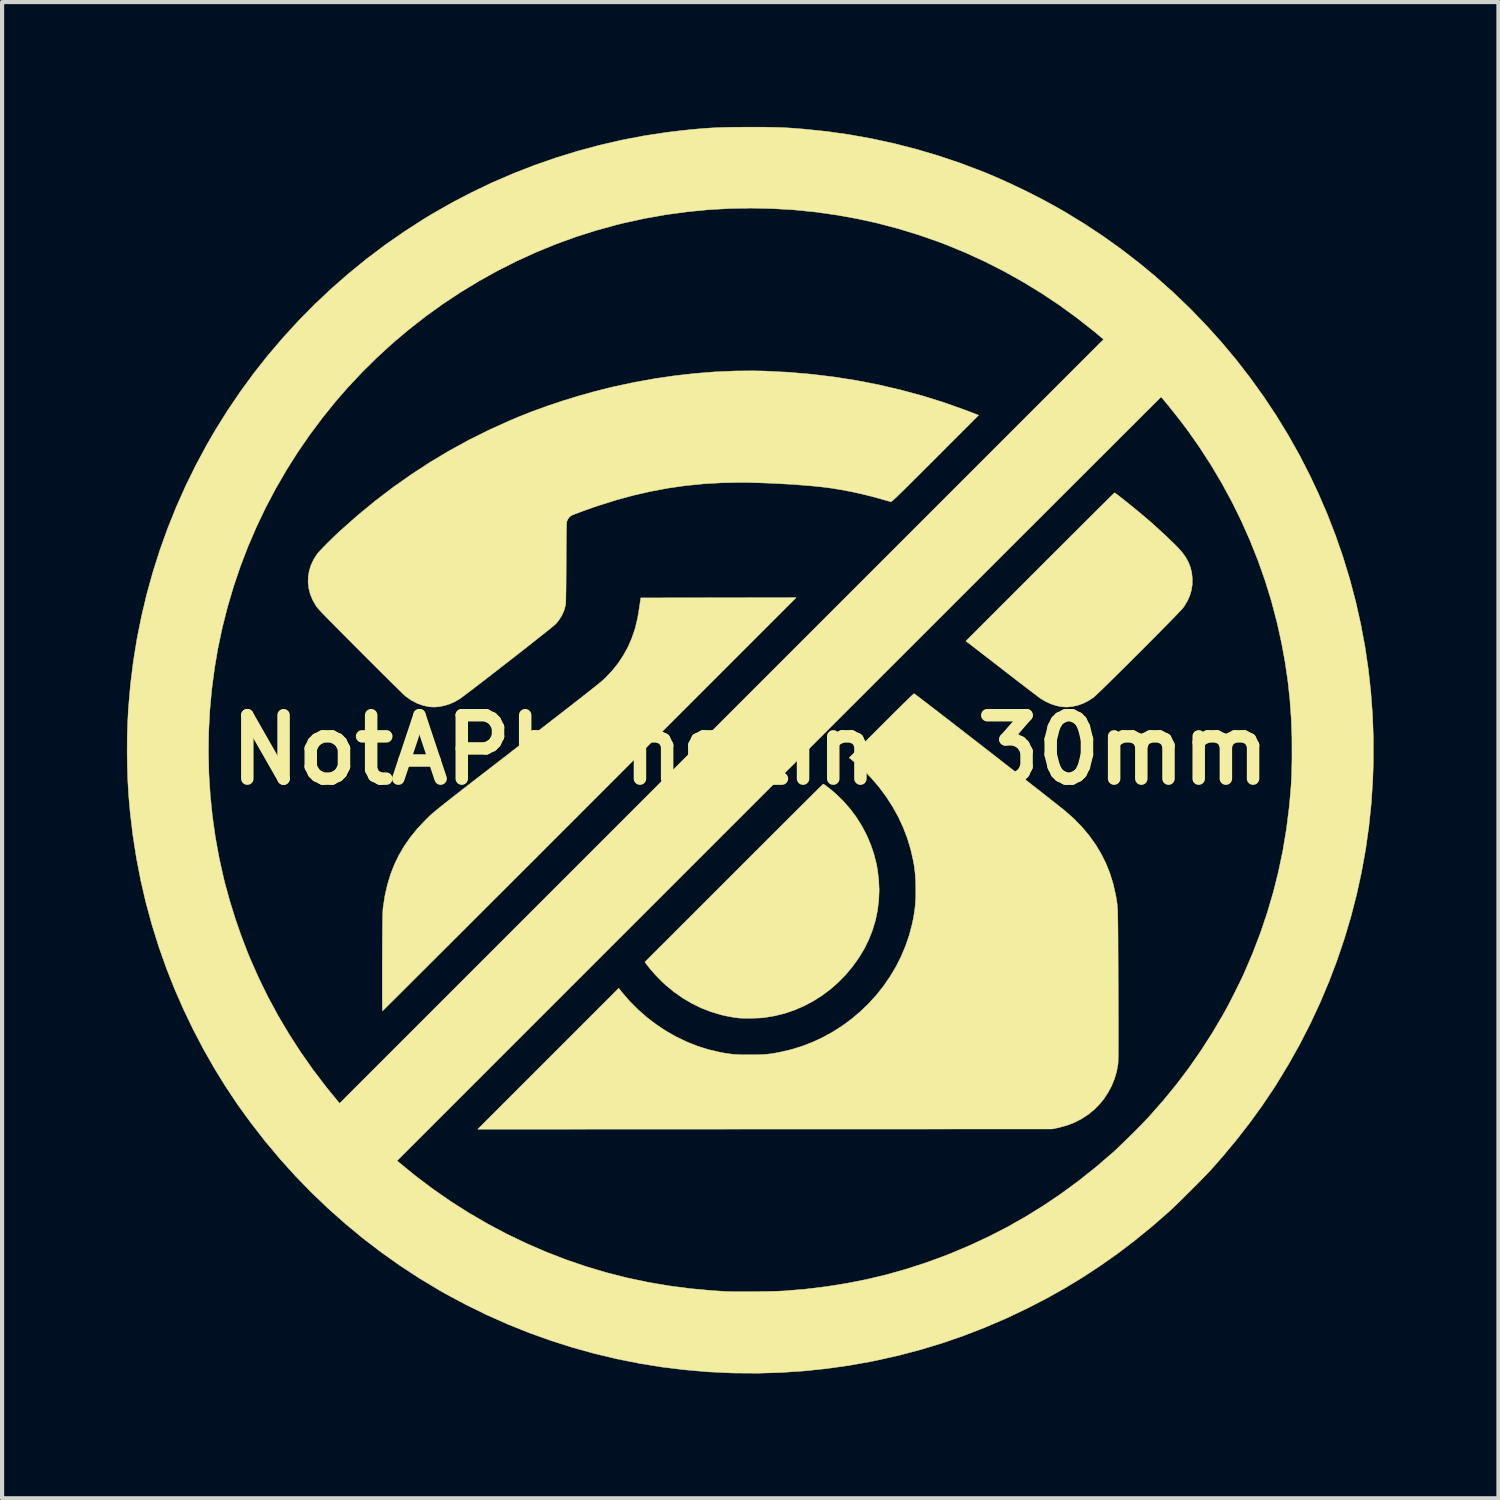
<source format=kicad_pcb>
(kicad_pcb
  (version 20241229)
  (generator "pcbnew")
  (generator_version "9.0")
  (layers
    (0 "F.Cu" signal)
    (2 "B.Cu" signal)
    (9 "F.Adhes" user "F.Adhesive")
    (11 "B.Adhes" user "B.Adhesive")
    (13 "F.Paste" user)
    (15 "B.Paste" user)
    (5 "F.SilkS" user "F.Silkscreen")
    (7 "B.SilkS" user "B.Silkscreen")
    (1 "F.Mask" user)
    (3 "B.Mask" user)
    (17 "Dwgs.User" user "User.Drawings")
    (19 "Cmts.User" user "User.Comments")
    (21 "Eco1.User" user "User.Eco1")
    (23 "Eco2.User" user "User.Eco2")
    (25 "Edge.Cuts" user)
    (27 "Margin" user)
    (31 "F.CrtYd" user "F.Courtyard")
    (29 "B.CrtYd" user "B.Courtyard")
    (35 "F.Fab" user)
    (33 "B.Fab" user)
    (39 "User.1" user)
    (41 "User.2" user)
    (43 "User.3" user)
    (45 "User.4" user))
  (footprint "NotAPhoneLine_30mm"
    (layer "F.Cu")
    (at 14.976 14.97)
    (property "Reference" "NotAPhoneLine_30mm" (at 0 0 0) (layer "F.SilkS") (effects (font (size 1.524 1.524) (thickness 0.3))))
    (attr through_hole)
    (fp_poly (pts (xy 1.769 0.825) (xy 1.795 0.843) (xy 1.832 0.87) (xy 1.875 0.904) (xy 1.924 0.942) (xy 1.974 0.983) (xy 2.023 1.025) (xy 2.066 1.063) (xy 2.243 1.235) (xy 2.405 1.421) (xy 2.553 1.619) (xy 2.684 1.829) (xy 2.799 2.048) (xy 2.896 2.275) (xy 2.975 2.509) (xy 3.035 2.747) (xy 3.057 2.868) (xy 3.088 3.119) (xy 3.099 3.368) (xy 3.089 3.613) (xy 3.059 3.856) (xy 3.01 4.093) (xy 2.94 4.326) (xy 2.851 4.553) (xy 2.743 4.773) (xy 2.615 4.987) (xy 2.608 4.997) (xy 2.457 5.208) (xy 2.292 5.404) (xy 2.114 5.586) (xy 1.925 5.752) (xy 1.724 5.902) (xy 1.514 6.035) (xy 1.295 6.151) (xy 1.068 6.249) (xy 0.834 6.329) (xy 0.593 6.389) (xy 0.348 6.43) (xy 0.326 6.433) (xy 0.273 6.438) (xy 0.204 6.441) (xy 0.125 6.444) (xy 0.04 6.446) (xy -0.045 6.447) (xy -0.127 6.447) (xy -0.199 6.445) (xy -0.258 6.443) (xy -0.275 6.441) (xy -0.332 6.434) (xy -0.403 6.424) (xy -0.482 6.41) (xy -0.562 6.395) (xy -0.637 6.379) (xy -0.693 6.366) (xy -0.937 6.293) (xy -1.173 6.202) (xy -1.401 6.091) (xy -1.62 5.962) (xy -1.829 5.815) (xy -2.029 5.651) (xy -2.134 5.553) (xy -2.281 5.401) (xy -2.411 5.252) (xy -2.476 5.169) (xy -2.531 5.096) (xy -0.392 2.958) (xy -0.216 2.782) (xy -0.043 2.609) (xy 0.125 2.441) (xy 0.288 2.279) (xy 0.445 2.121) (xy 0.597 1.97) (xy 0.742 1.825) (xy 0.879 1.688) (xy 1.009 1.559) (xy 1.13 1.438) (xy 1.243 1.326) (xy 1.346 1.224) (xy 1.438 1.132) (xy 1.52 1.05) (xy 1.591 0.98) (xy 1.65 0.922) (xy 1.697 0.876) (xy 1.73 0.843) (xy 1.75 0.824) (xy 1.755 0.819) (xy 1.769 0.825)) (stroke (width 0.01) (type solid)) (fill yes) (layer "F.SilkS"))
    (fp_poly (pts (xy 8.766 -6.172) (xy 8.793 -6.154) (xy 8.832 -6.125) (xy 8.882 -6.087) (xy 8.941 -6.04) (xy 9.008 -5.987) (xy 9.08 -5.929) (xy 9.156 -5.868) (xy 9.235 -5.804) (xy 9.314 -5.738) (xy 9.392 -5.674) (xy 9.467 -5.61) (xy 9.538 -5.55) (xy 9.603 -5.495) (xy 9.66 -5.445) (xy 9.668 -5.438) (xy 9.738 -5.374) (xy 9.815 -5.304) (xy 9.895 -5.23) (xy 9.976 -5.155) (xy 10.054 -5.081) (xy 10.127 -5.011) (xy 10.192 -4.948) (xy 10.247 -4.894) (xy 10.28 -4.86) (xy 10.384 -4.742) (xy 10.468 -4.625) (xy 10.533 -4.505) (xy 10.58 -4.382) (xy 10.61 -4.252) (xy 10.624 -4.118) (xy 10.622 -3.975) (xy 10.601 -3.839) (xy 10.563 -3.708) (xy 10.505 -3.579) (xy 10.428 -3.451) (xy 10.411 -3.427) (xy 10.395 -3.408) (xy 10.366 -3.375) (xy 10.323 -3.33) (xy 10.269 -3.273) (xy 10.205 -3.206) (xy 10.131 -3.13) (xy 10.049 -3.046) (xy 9.959 -2.955) (xy 9.863 -2.857) (xy 9.761 -2.754) (xy 9.656 -2.648) (xy 9.547 -2.539) (xy 9.436 -2.427) (xy 9.324 -2.315) (xy 9.212 -2.204) (xy 9.102 -2.093) (xy 8.993 -1.985) (xy 8.887 -1.881) (xy 8.786 -1.78) (xy 8.69 -1.686) (xy 8.601 -1.598) (xy 8.519 -1.518) (xy 8.445 -1.446) (xy 8.381 -1.385) (xy 8.327 -1.334) (xy 8.285 -1.295) (xy 8.256 -1.269) (xy 8.245 -1.26) (xy 8.127 -1.182) (xy 8.001 -1.119) (xy 7.871 -1.072) (xy 7.739 -1.042) (xy 7.608 -1.03) (xy 7.481 -1.037) (xy 7.48 -1.038) (xy 7.356 -1.063) (xy 7.23 -1.104) (xy 7.108 -1.159) (xy 6.997 -1.224) (xy 6.997 -1.224) (xy 6.977 -1.237) (xy 6.952 -1.255) (xy 6.921 -1.278) (xy 6.883 -1.307) (xy 6.837 -1.342) (xy 6.782 -1.383) (xy 6.717 -1.433) (xy 6.642 -1.49) (xy 6.556 -1.556) (xy 6.458 -1.631) (xy 6.348 -1.716) (xy 6.224 -1.812) (xy 6.085 -1.919) (xy 5.932 -2.038) (xy 5.834 -2.113) (xy 5.183 -2.617) (xy 6.964 -4.398) (xy 7.124 -4.559) (xy 7.281 -4.715) (xy 7.434 -4.867) (xy 7.581 -5.014) (xy 7.722 -5.156) (xy 7.858 -5.29) (xy 7.986 -5.418) (xy 8.106 -5.538) (xy 8.219 -5.65) (xy 8.322 -5.753) (xy 8.416 -5.846) (xy 8.5 -5.929) (xy 8.573 -6.002) (xy 8.634 -6.063) (xy 8.684 -6.111) (xy 8.721 -6.147) (xy 8.744 -6.17) (xy 8.754 -6.179) (xy 8.754 -6.179) (xy 8.766 -6.172)) (stroke (width 0.01) (type solid)) (fill yes) (layer "F.SilkS"))
    (fp_poly (pts (xy -3.862 1.306) (xy -4.131 1.576) (xy -4.397 1.841) (xy -4.659 2.103) (xy -4.916 2.36) (xy -5.168 2.613) (xy -5.416 2.86) (xy -5.658 3.102) (xy -5.894 3.338) (xy -6.124 3.567) (xy -6.347 3.79) (xy -6.563 4.006) (xy -6.772 4.215) (xy -6.973 4.416) (xy -7.166 4.608) (xy -7.35 4.792) (xy -7.526 4.967) (xy -7.692 5.133) (xy -7.848 5.289) (xy -7.995 5.435) (xy -8.131 5.571) (xy -8.256 5.696) (xy -8.37 5.81) (xy -8.473 5.912) (xy -8.563 6.002) (xy -8.642 6.08) (xy -8.707 6.145) (xy -8.76 6.198) (xy -8.799 6.236) (xy -8.825 6.261) (xy -8.836 6.272) (xy -8.836 6.272) (xy -8.837 6.262) (xy -8.838 6.233) (xy -8.839 6.185) (xy -8.84 6.12) (xy -8.84 6.04) (xy -8.841 5.946) (xy -8.841 5.839) (xy -8.841 5.72) (xy -8.841 5.591) (xy -8.841 5.452) (xy -8.841 5.307) (xy -8.841 5.154) (xy -8.84 5.093) (xy -8.84 4.906) (xy -8.839 4.739) (xy -8.838 4.59) (xy -8.837 4.458) (xy -8.836 4.342) (xy -8.835 4.241) (xy -8.834 4.153) (xy -8.833 4.077) (xy -8.832 4.012) (xy -8.83 3.956) (xy -8.829 3.91) (xy -8.827 3.87) (xy -8.825 3.836) (xy -8.823 3.808) (xy -8.82 3.782) (xy -8.819 3.775) (xy -8.777 3.502) (xy -8.718 3.242) (xy -8.643 2.993) (xy -8.55 2.754) (xy -8.439 2.525) (xy -8.31 2.306) (xy -8.162 2.094) (xy -7.996 1.89) (xy -7.822 1.705) (xy -7.798 1.68) (xy -7.775 1.657) (xy -7.752 1.635) (xy -7.73 1.613) (xy -7.707 1.591) (xy -7.683 1.569) (xy -7.657 1.545) (xy -7.628 1.52) (xy -7.595 1.492) (xy -7.559 1.462) (xy -7.518 1.428) (xy -7.471 1.39) (xy -7.419 1.348) (xy -7.359 1.3) (xy -7.292 1.247) (xy -7.216 1.188) (xy -7.132 1.122) (xy -7.038 1.049) (xy -6.934 0.967) (xy -6.818 0.878) (xy -6.691 0.779) (xy -6.552 0.671) (xy -6.399 0.553) (xy -6.233 0.425) (xy -6.052 0.285) (xy -5.856 0.134) (xy -5.697 0.01) (xy -5.473 -0.163) (xy -5.265 -0.323) (xy -5.072 -0.473) (xy -4.894 -0.611) (xy -4.73 -0.738) (xy -4.579 -0.855) (xy -4.441 -0.962) (xy -4.315 -1.06) (xy -4.201 -1.149) (xy -4.098 -1.229) (xy -4.005 -1.302) (xy -3.922 -1.367) (xy -3.848 -1.426) (xy -3.782 -1.478) (xy -3.725 -1.523) (xy -3.675 -1.564) (xy -3.631 -1.599) (xy -3.594 -1.63) (xy -3.562 -1.657) (xy -3.535 -1.68) (xy -3.513 -1.7) (xy -3.494 -1.717) (xy -3.488 -1.723) (xy -3.323 -1.896) (xy -3.176 -2.079) (xy -3.047 -2.273) (xy -2.935 -2.477) (xy -2.842 -2.692) (xy -2.766 -2.916) (xy -2.709 -3.151) (xy -2.684 -3.289) (xy -2.674 -3.355) (xy -2.664 -3.425) (xy -2.653 -3.49) (xy -2.645 -3.544) (xy -2.645 -3.546) (xy -2.628 -3.654) (xy -0.762 -3.657) (xy 1.104 -3.66) (xy -3.862 1.306)) (stroke (width 0.01) (type solid)) (fill yes) (layer "F.SilkS"))
    (fp_poly (pts (xy 3.948 -1.346) (xy 3.975 -1.326) (xy 4.017 -1.295) (xy 4.072 -1.254) (xy 4.139 -1.202) (xy 4.219 -1.141) (xy 4.309 -1.072) (xy 4.41 -0.994) (xy 4.519 -0.91) (xy 4.637 -0.819) (xy 4.762 -0.723) (xy 4.893 -0.621) (xy 5.03 -0.515) (xy 5.171 -0.406) (xy 5.316 -0.293) (xy 5.464 -0.179) (xy 5.614 -0.062) (xy 5.764 0.054) (xy 5.915 0.171) (xy 6.064 0.288) (xy 6.212 0.403) (xy 6.357 0.516) (xy 6.499 0.626) (xy 6.636 0.733) (xy 6.767 0.836) (xy 6.893 0.934) (xy 7.011 1.026) (xy 7.121 1.113) (xy 7.221 1.192) (xy 7.312 1.263) (xy 7.392 1.327) (xy 7.461 1.381) (xy 7.516 1.425) (xy 7.558 1.459) (xy 7.579 1.476) (xy 7.786 1.661) (xy 7.975 1.855) (xy 8.145 2.058) (xy 8.298 2.271) (xy 8.431 2.492) (xy 8.546 2.722) (xy 8.642 2.961) (xy 8.719 3.208) (xy 8.775 3.453) (xy 8.783 3.492) (xy 8.79 3.528) (xy 8.796 3.561) (xy 8.801 3.592) (xy 8.807 3.623) (xy 8.811 3.654) (xy 8.815 3.688) (xy 8.819 3.723) (xy 8.822 3.763) (xy 8.825 3.807) (xy 8.828 3.857) (xy 8.83 3.914) (xy 8.832 3.978) (xy 8.833 4.052) (xy 8.835 4.135) (xy 8.836 4.229) (xy 8.837 4.334) (xy 8.838 4.453) (xy 8.839 4.586) (xy 8.839 4.733) (xy 8.84 4.897) (xy 8.841 5.078) (xy 8.842 5.276) (xy 8.842 5.494) (xy 8.843 5.64) (xy 8.844 5.88) (xy 8.845 6.101) (xy 8.845 6.303) (xy 8.846 6.486) (xy 8.846 6.651) (xy 8.846 6.8) (xy 8.846 6.933) (xy 8.846 7.05) (xy 8.845 7.154) (xy 8.845 7.243) (xy 8.844 7.32) (xy 8.843 7.385) (xy 8.842 7.438) (xy 8.841 7.481) (xy 8.84 7.515) (xy 8.838 7.539) (xy 8.837 7.553) (xy 8.805 7.728) (xy 8.754 7.901) (xy 8.685 8.071) (xy 8.598 8.234) (xy 8.496 8.388) (xy 8.404 8.501) (xy 8.272 8.637) (xy 8.125 8.757) (xy 7.967 8.861) (xy 7.796 8.949) (xy 7.614 9.02) (xy 7.421 9.073) (xy 7.37 9.084) (xy 7.252 9.108) (xy 0.352 9.11) (xy -6.547 9.113) (xy -3.159 5.725) (xy -3.088 5.815) (xy -2.903 6.03) (xy -2.704 6.231) (xy -2.492 6.418) (xy -2.269 6.589) (xy -2.036 6.745) (xy -1.794 6.884) (xy -1.544 7.005) (xy -1.287 7.109) (xy -1.026 7.193) (xy -0.759 7.257) (xy -0.715 7.266) (xy -0.631 7.282) (xy -0.556 7.294) (xy -0.487 7.304) (xy -0.42 7.312) (xy -0.352 7.317) (xy -0.277 7.321) (xy -0.192 7.323) (xy -0.093 7.324) (xy -0.01 7.324) (xy 0.101 7.324) (xy 0.195 7.322) (xy 0.276 7.32) (xy 0.349 7.316) (xy 0.417 7.31) (xy 0.484 7.302) (xy 0.554 7.292) (xy 0.631 7.278) (xy 0.695 7.266) (xy 0.968 7.204) (xy 1.235 7.123) (xy 1.494 7.023) (xy 1.745 6.907) (xy 1.987 6.773) (xy 2.22 6.624) (xy 2.441 6.46) (xy 2.651 6.282) (xy 2.849 6.091) (xy 3.034 5.887) (xy 3.205 5.672) (xy 3.361 5.445) (xy 3.502 5.209) (xy 3.626 4.963) (xy 3.733 4.709) (xy 3.823 4.447) (xy 3.893 4.178) (xy 3.923 4.033) (xy 3.945 3.899) (xy 3.962 3.771) (xy 3.972 3.643) (xy 3.978 3.51) (xy 3.979 3.365) (xy 3.978 3.281) (xy 3.975 3.163) (xy 3.97 3.061) (xy 3.963 2.968) (xy 3.953 2.879) (xy 3.941 2.79) (xy 3.924 2.694) (xy 3.918 2.659) (xy 3.857 2.389) (xy 3.776 2.123) (xy 3.676 1.862) (xy 3.558 1.607) (xy 3.421 1.36) (xy 3.267 1.122) (xy 3.097 0.893) (xy 2.911 0.676) (xy 2.789 0.549) (xy 2.715 0.477) (xy 2.641 0.408) (xy 2.562 0.339) (xy 2.473 0.264) (xy 2.405 0.209) (xy 2.379 0.188) (xy 3.152 -0.585) (xy 3.257 -0.69) (xy 3.358 -0.791) (xy 3.454 -0.887) (xy 3.545 -0.976) (xy 3.628 -1.058) (xy 3.704 -1.133) (xy 3.77 -1.198) (xy 3.827 -1.253) (xy 3.873 -1.297) (xy 3.908 -1.329) (xy 3.929 -1.348) (xy 3.937 -1.353) (xy 3.948 -1.346)) (stroke (width 0.01) (type solid)) (fill yes) (layer "F.SilkS"))
    (fp_poly (pts (xy 0.36 -9.104) (xy 0.916 -9.076) (xy 1.467 -9.029) (xy 2.013 -8.963) (xy 2.554 -8.878) (xy 3.088 -8.774) (xy 3.616 -8.651) (xy 4.135 -8.511) (xy 4.645 -8.352) (xy 5.147 -8.174) (xy 5.328 -8.105) (xy 5.487 -8.043) (xy 4.446 -7.001) (xy 4.3 -6.855) (xy 4.168 -6.724) (xy 4.05 -6.605) (xy 3.943 -6.499) (xy 3.849 -6.405) (xy 3.766 -6.322) (xy 3.693 -6.25) (xy 3.63 -6.188) (xy 3.576 -6.136) (xy 3.53 -6.091) (xy 3.492 -6.055) (xy 3.46 -6.026) (xy 3.435 -6.003) (xy 3.416 -5.987) (xy 3.401 -5.975) (xy 3.39 -5.968) (xy 3.383 -5.965) (xy 3.38 -5.964) (xy 3.361 -5.969) (xy 3.327 -5.978) (xy 3.281 -5.991) (xy 3.227 -6.006) (xy 3.193 -6.016) (xy 2.951 -6.084) (xy 2.699 -6.146) (xy 2.443 -6.203) (xy 2.189 -6.251) (xy 1.943 -6.291) (xy 1.778 -6.313) (xy 1.621 -6.33) (xy 1.446 -6.347) (xy 1.258 -6.362) (xy 1.06 -6.377) (xy 0.855 -6.39) (xy 0.648 -6.401) (xy 0.441 -6.411) (xy 0.239 -6.418) (xy 0.045 -6.424) (xy -0.138 -6.427) (xy -0.254 -6.428) (xy -0.691 -6.419) (xy -1.12 -6.394) (xy -1.543 -6.352) (xy -1.961 -6.293) (xy -2.378 -6.215) (xy -2.796 -6.12) (xy -3.216 -6.006) (xy -3.64 -5.873) (xy -3.717 -5.847) (xy -3.806 -5.816) (xy -3.896 -5.784) (xy -3.985 -5.753) (xy -4.068 -5.722) (xy -4.143 -5.694) (xy -4.209 -5.669) (xy -4.261 -5.648) (xy -4.297 -5.632) (xy -4.305 -5.628) (xy -4.339 -5.601) (xy -4.372 -5.56) (xy -4.398 -5.508) (xy -4.407 -5.483) (xy -4.409 -5.466) (xy -4.411 -5.428) (xy -4.413 -5.371) (xy -4.415 -5.295) (xy -4.416 -5.201) (xy -4.418 -5.088) (xy -4.419 -4.957) (xy -4.42 -4.81) (xy -4.421 -4.646) (xy -4.421 -4.494) (xy -4.422 -4.312) (xy -4.423 -4.149) (xy -4.424 -4.006) (xy -4.425 -3.882) (xy -4.427 -3.775) (xy -4.428 -3.686) (xy -4.43 -3.613) (xy -4.431 -3.557) (xy -4.434 -3.515) (xy -4.436 -3.488) (xy -4.437 -3.479) (xy -4.473 -3.351) (xy -4.528 -3.228) (xy -4.601 -3.113) (xy -4.669 -3.031) (xy -4.685 -3.016) (xy -4.716 -2.99) (xy -4.761 -2.952) (xy -4.819 -2.905) (xy -4.889 -2.849) (xy -4.969 -2.785) (xy -5.059 -2.714) (xy -5.157 -2.637) (xy -5.262 -2.554) (xy -5.372 -2.467) (xy -5.487 -2.377) (xy -5.606 -2.284) (xy -5.726 -2.19) (xy -5.848 -2.095) (xy -5.97 -2.001) (xy -6.09 -1.907) (xy -6.208 -1.816) (xy -6.322 -1.728) (xy -6.431 -1.643) (xy -6.534 -1.564) (xy -6.63 -1.491) (xy -6.717 -1.424) (xy -6.795 -1.365) (xy -6.862 -1.315) (xy -6.917 -1.274) (xy -6.958 -1.243) (xy -6.982 -1.227) (xy -7.096 -1.16) (xy -7.217 -1.106) (xy -7.343 -1.066) (xy -7.47 -1.04) (xy -7.593 -1.03) (xy -7.71 -1.037) (xy -7.711 -1.037) (xy -7.856 -1.067) (xy -7.996 -1.117) (xy -8.131 -1.186) (xy -8.261 -1.276) (xy -8.282 -1.293) (xy -8.299 -1.308) (xy -8.329 -1.336) (xy -8.373 -1.378) (xy -8.428 -1.432) (xy -8.494 -1.496) (xy -8.57 -1.571) (xy -8.655 -1.655) (xy -8.748 -1.748) (xy -8.849 -1.847) (xy -8.956 -1.954) (xy -9.068 -2.066) (xy -9.185 -2.182) (xy -9.305 -2.302) (xy -9.368 -2.366) (xy -9.513 -2.511) (xy -9.643 -2.642) (xy -9.761 -2.76) (xy -9.866 -2.866) (xy -9.959 -2.96) (xy -10.041 -3.043) (xy -10.114 -3.116) (xy -10.176 -3.18) (xy -10.23 -3.236) (xy -10.276 -3.284) (xy -10.314 -3.324) (xy -10.346 -3.359) (xy -10.372 -3.388) (xy -10.394 -3.412) (xy -10.41 -3.433) (xy -10.424 -3.45) (xy -10.434 -3.465) (xy -10.435 -3.466) (xy -10.512 -3.601) (xy -10.569 -3.739) (xy -10.606 -3.88) (xy -10.623 -4.021) (xy -10.619 -4.163) (xy -10.596 -4.303) (xy -10.553 -4.441) (xy -10.49 -4.576) (xy -10.413 -4.697) (xy -10.387 -4.73) (xy -10.348 -4.774) (xy -10.297 -4.828) (xy -10.238 -4.89) (xy -10.171 -4.958) (xy -10.098 -5.03) (xy -10.023 -5.104) (xy -9.946 -5.177) (xy -9.87 -5.248) (xy -9.844 -5.272) (xy -9.429 -5.639) (xy -9.007 -5.986) (xy -8.575 -6.315) (xy -8.135 -6.625) (xy -7.685 -6.918) (xy -7.225 -7.192) (xy -6.754 -7.45) (xy -6.272 -7.69) (xy -5.778 -7.913) (xy -5.579 -7.998) (xy -5.232 -8.135) (xy -4.87 -8.267) (xy -4.497 -8.391) (xy -4.117 -8.508) (xy -3.736 -8.614) (xy -3.357 -8.71) (xy -3.274 -8.729) (xy -2.788 -8.833) (xy -2.3 -8.921) (xy -1.814 -8.992) (xy -1.33 -9.047) (xy -0.851 -9.085) (xy -0.379 -9.106) (xy 0.086 -9.11) (xy 0.36 -9.104)) (stroke (width 0.01) (type solid)) (fill yes) (layer "F.SilkS"))
    (fp_poly (pts (xy 0.152 -14.965) (xy 0.285 -14.965) (xy 0.404 -14.964) (xy 0.511 -14.962) (xy 0.609 -14.96) (xy 0.701 -14.957) (xy 0.79 -14.954) (xy 0.879 -14.949) (xy 0.97 -14.943) (xy 1.067 -14.936) (xy 1.173 -14.928) (xy 1.291 -14.918) (xy 1.296 -14.918) (xy 1.838 -14.862) (xy 2.379 -14.786) (xy 2.918 -14.689) (xy 3.454 -14.573) (xy 3.987 -14.436) (xy 4.516 -14.28) (xy 5.039 -14.104) (xy 5.557 -13.908) (xy 5.666 -13.865) (xy 5.937 -13.75) (xy 6.217 -13.624) (xy 6.503 -13.489) (xy 6.789 -13.348) (xy 7.07 -13.202) (xy 7.341 -13.054) (xy 7.547 -12.936) (xy 8.021 -12.648) (xy 8.483 -12.342) (xy 8.932 -12.02) (xy 9.369 -11.682) (xy 9.734 -11.379) (xy 10.154 -11.005) (xy 10.558 -10.618) (xy 10.946 -10.217) (xy 11.319 -9.804) (xy 11.675 -9.379) (xy 12.014 -8.941) (xy 12.337 -8.492) (xy 12.643 -8.031) (xy 12.931 -7.559) (xy 13.202 -7.077) (xy 13.454 -6.584) (xy 13.64 -6.189) (xy 13.862 -5.677) (xy 14.063 -5.159) (xy 14.245 -4.635) (xy 14.406 -4.106) (xy 14.548 -3.571) (xy 14.669 -3.032) (xy 14.771 -2.489) (xy 14.852 -1.941) (xy 14.913 -1.39) (xy 14.954 -0.836) (xy 14.974 -0.278) (xy 14.974 0.282) (xy 14.959 0.731) (xy 14.923 1.285) (xy 14.866 1.835) (xy 14.789 2.382) (xy 14.691 2.926) (xy 14.574 3.464) (xy 14.437 3.998) (xy 14.28 4.526) (xy 14.104 5.048) (xy 13.909 5.563) (xy 13.694 6.072) (xy 13.461 6.573) (xy 13.208 7.066) (xy 12.937 7.551) (xy 12.648 8.026) (xy 12.577 8.138) (xy 12.299 8.551) (xy 12.004 8.958) (xy 11.691 9.361) (xy 11.359 9.761) (xy 11.104 10.051) (xy 11.059 10.101) (xy 11 10.163) (xy 10.931 10.235) (xy 10.853 10.315) (xy 10.768 10.402) (xy 10.679 10.492) (xy 10.587 10.584) (xy 10.495 10.675) (xy 10.405 10.765) (xy 10.318 10.85) (xy 10.238 10.928) (xy 10.165 10.998) (xy 10.103 11.057) (xy 10.053 11.103) (xy 10.051 11.104) (xy 9.648 11.455) (xy 9.242 11.786) (xy 8.831 12.099) (xy 8.412 12.394) (xy 7.986 12.674) (xy 7.55 12.938) (xy 7.102 13.188) (xy 6.661 13.415) (xy 6.159 13.654) (xy 5.653 13.872) (xy 5.143 14.07) (xy 4.629 14.248) (xy 4.108 14.406) (xy 3.581 14.546) (xy 3.047 14.666) (xy 2.908 14.695) (xy 2.366 14.791) (xy 1.825 14.867) (xy 1.281 14.923) (xy 0.735 14.96) (xy 0.185 14.976) (xy -0.37 14.972) (xy -0.461 14.97) (xy -1.016 14.943) (xy -1.569 14.895) (xy -2.118 14.828) (xy -2.663 14.74) (xy -3.205 14.632) (xy -3.742 14.504) (xy -4.273 14.357) (xy -4.799 14.189) (xy -5.318 14.003) (xy -5.831 13.797) (xy -6.336 13.572) (xy -6.834 13.328) (xy -7.323 13.066) (xy -7.47 12.982) (xy -7.945 12.697) (xy -8.408 12.394) (xy -8.86 12.074) (xy -9.3 11.738) (xy -9.727 11.385) (xy -10.141 11.017) (xy -10.542 10.634) (xy -10.929 10.236) (xy -11.258 9.871) (xy -8.486 9.871) (xy -8.453 9.899) (xy -8.046 10.232) (xy -7.628 10.547) (xy -7.201 10.844) (xy -6.764 11.122) (xy -6.316 11.383) (xy -5.858 11.626) (xy -5.837 11.637) (xy -5.369 11.861) (xy -4.898 12.065) (xy -4.422 12.249) (xy -3.942 12.413) (xy -3.456 12.558) (xy -2.964 12.683) (xy -2.466 12.788) (xy -1.96 12.875) (xy -1.448 12.942) (xy -0.927 12.99) (xy -0.596 13.011) (xy -0.526 13.013) (xy -0.439 13.015) (xy -0.337 13.017) (xy -0.224 13.017) (xy -0.102 13.017) (xy 0.026 13.017) (xy 0.155 13.015) (xy 0.285 13.014) (xy 0.41 13.012) (xy 0.529 13.009) (xy 0.638 13.006) (xy 0.734 13.002) (xy 0.814 12.998) (xy 0.85 12.996) (xy 1.351 12.953) (xy 1.841 12.893) (xy 2.321 12.816) (xy 2.793 12.723) (xy 3.258 12.612) (xy 3.719 12.483) (xy 4.178 12.336) (xy 4.636 12.17) (xy 4.805 12.104) (xy 5.276 11.906) (xy 5.736 11.691) (xy 6.186 11.46) (xy 6.626 11.21) (xy 7.056 10.943) (xy 7.479 10.657) (xy 7.893 10.353) (xy 8.3 10.029) (xy 8.7 9.686) (xy 8.714 9.674) (xy 8.769 9.624) (xy 8.835 9.561) (xy 8.911 9.488) (xy 8.994 9.408) (xy 9.081 9.323) (xy 9.17 9.236) (xy 9.257 9.149) (xy 9.342 9.064) (xy 9.42 8.984) (xy 9.49 8.911) (xy 9.549 8.849) (xy 9.564 8.833) (xy 9.906 8.447) (xy 10.231 8.051) (xy 10.539 7.644) (xy 10.831 7.224) (xy 11.109 6.791) (xy 11.373 6.342) (xy 11.384 6.324) (xy 11.427 6.245) (xy 11.477 6.152) (xy 11.532 6.047) (xy 11.589 5.935) (xy 11.648 5.819) (xy 11.705 5.704) (xy 11.76 5.593) (xy 11.809 5.491) (xy 11.852 5.4) (xy 11.868 5.365) (xy 12.073 4.885) (xy 12.259 4.4) (xy 12.424 3.911) (xy 12.569 3.418) (xy 12.694 2.919) (xy 12.799 2.415) (xy 12.884 1.906) (xy 12.949 1.391) (xy 12.974 1.13) (xy 12.983 1.02) (xy 12.991 0.921) (xy 12.998 0.829) (xy 13.003 0.739) (xy 13.007 0.65) (xy 13.011 0.555) (xy 13.013 0.452) (xy 13.016 0.337) (xy 13.018 0.206) (xy 13.018 0.176) (xy 13.017 -0.296) (xy 13 -0.757) (xy 12.968 -1.21) (xy 12.919 -1.659) (xy 12.853 -2.106) (xy 12.771 -2.556) (xy 12.671 -3.01) (xy 12.648 -3.105) (xy 12.519 -3.594) (xy 12.369 -4.078) (xy 12.199 -4.558) (xy 12.01 -5.032) (xy 11.803 -5.498) (xy 11.577 -5.958) (xy 11.333 -6.408) (xy 11.071 -6.849) (xy 10.792 -7.28) (xy 10.541 -7.638) (xy 10.497 -7.698) (xy 10.447 -7.765) (xy 10.393 -7.836) (xy 10.335 -7.912) (xy 10.275 -7.989) (xy 10.214 -8.067) (xy 10.154 -8.142) (xy 10.096 -8.215) (xy 10.042 -8.282) (xy 9.993 -8.342) (xy 9.95 -8.394) (xy 9.915 -8.435) (xy 9.89 -8.464) (xy 9.874 -8.479) (xy 9.871 -8.48) (xy 9.863 -8.473) (xy 9.842 -8.452) (xy 9.806 -8.416) (xy 9.756 -8.366) (xy 9.692 -8.303) (xy 9.616 -8.227) (xy 9.526 -8.137) (xy 9.423 -8.035) (xy 9.309 -7.92) (xy 9.182 -7.794) (xy 9.043 -7.655) (xy 8.892 -7.505) (xy 8.731 -7.343) (xy 8.558 -7.17) (xy 8.374 -6.987) (xy 8.18 -6.793) (xy 7.976 -6.589) (xy 7.761 -6.375) (xy 7.537 -6.151) (xy 7.304 -5.918) (xy 7.062 -5.676) (xy 6.81 -5.424) (xy 6.55 -5.165) (xy 6.282 -4.897) (xy 6.006 -4.621) (xy 5.722 -4.337) (xy 5.431 -4.046) (xy 5.133 -3.748) (xy 4.827 -3.442) (xy 4.516 -3.131) (xy 4.197 -2.812) (xy 3.873 -2.488) (xy 3.543 -2.158) (xy 3.207 -1.823) (xy 2.867 -1.482) (xy 2.521 -1.136) (xy 2.17 -0.786) (xy 1.816 -0.431) (xy 1.457 -0.072) (xy 1.094 0.29) (xy 0.728 0.657) (xy 0.689 0.695) (xy -8.486 9.871) (xy -11.258 9.871) (xy -11.301 9.823) (xy -11.659 9.396) (xy -12.002 8.955) (xy -12.32 8.515) (xy -12.607 8.084) (xy -12.882 7.638) (xy -13.142 7.18) (xy -13.388 6.71) (xy -13.617 6.232) (xy -13.83 5.747) (xy -14.024 5.256) (xy -14.024 5.256) (xy -14.209 4.734) (xy -14.374 4.205) (xy -14.52 3.671) (xy -14.645 3.131) (xy -14.75 2.587) (xy -14.835 2.039) (xy -14.9 1.488) (xy -14.934 1.094) (xy -14.954 0.759) (xy -14.966 0.412) (xy -14.971 0.066) (xy -13.018 0.066) (xy -13.006 0.577) (xy -12.974 1.087) (xy -12.922 1.594) (xy -12.851 2.098) (xy -12.76 2.597) (xy -12.65 3.09) (xy -12.616 3.224) (xy -12.503 3.634) (xy -12.375 4.047) (xy -12.234 4.455) (xy -12.082 4.853) (xy -12.021 5.002) (xy -11.815 5.469) (xy -11.59 5.929) (xy -11.346 6.381) (xy -11.084 6.824) (xy -10.804 7.258) (xy -10.507 7.681) (xy -10.193 8.093) (xy -10.005 8.325) (xy -9.866 8.492) (xy 8.491 -9.865) (xy 8.437 -9.911) (xy 8.41 -9.934) (xy 8.371 -9.967) (xy 8.325 -10.006) (xy 8.276 -10.046) (xy 8.253 -10.065) (xy 7.847 -10.384) (xy 7.429 -10.688) (xy 6.999 -10.975) (xy 6.558 -11.244) (xy 6.108 -11.496) (xy 5.649 -11.73) (xy 5.181 -11.945) (xy 4.707 -12.14) (xy 4.536 -12.206) (xy 4.051 -12.375) (xy 3.561 -12.525) (xy 3.065 -12.656) (xy 2.565 -12.766) (xy 2.062 -12.856) (xy 1.555 -12.927) (xy 1.046 -12.978) (xy 0.535 -13.008) (xy 0.022 -13.019) (xy -0.49 -13.01) (xy -1.002 -12.981) (xy -1.514 -12.931) (xy -2.023 -12.862) (xy -2.531 -12.772) (xy -3.035 -12.662) (xy -3.221 -12.616) (xy -3.714 -12.48) (xy -4.2 -12.325) (xy -4.68 -12.15) (xy -5.152 -11.956) (xy -5.616 -11.744) (xy -6.071 -11.514) (xy -6.518 -11.266) (xy -6.954 -11.001) (xy -7.381 -10.719) (xy -7.796 -10.42) (xy -8.199 -10.105) (xy -8.591 -9.775) (xy -8.969 -9.428) (xy -9.334 -9.067) (xy -9.686 -8.691) (xy -9.936 -8.404) (xy -10.264 -8) (xy -10.575 -7.585) (xy -10.869 -7.159) (xy -11.144 -6.724) (xy -11.402 -6.278) (xy -11.642 -5.824) (xy -11.863 -5.361) (xy -12.066 -4.89) (xy -12.25 -4.411) (xy -12.414 -3.925) (xy -12.56 -3.432) (xy -12.686 -2.934) (xy -12.792 -2.429) (xy -12.87 -1.97) (xy -12.937 -1.465) (xy -12.984 -0.956) (xy -13.011 -0.446) (xy -13.018 0.066) (xy -14.971 0.066) (xy -14.971 0.059) (xy -14.969 -0.294) (xy -14.959 -0.642) (xy -14.942 -0.976) (xy -14.939 -1.016) (xy -14.891 -1.571) (xy -14.823 -2.122) (xy -14.735 -2.669) (xy -14.626 -3.212) (xy -14.498 -3.75) (xy -14.35 -4.282) (xy -14.183 -4.808) (xy -13.996 -5.328) (xy -13.79 -5.84) (xy -13.564 -6.346) (xy -13.32 -6.843) (xy -13.057 -7.332) (xy -12.851 -7.687) (xy -12.558 -8.156) (xy -12.248 -8.613) (xy -11.922 -9.059) (xy -11.579 -9.492) (xy -11.22 -9.912) (xy -10.847 -10.319) (xy -10.458 -10.713) (xy -10.056 -11.091) (xy -9.64 -11.455) (xy -9.211 -11.804) (xy -8.769 -12.137) (xy -8.315 -12.453) (xy -7.849 -12.753) (xy -7.651 -12.873) (xy -7.177 -13.144) (xy -6.692 -13.397) (xy -6.198 -13.633) (xy -5.695 -13.85) (xy -5.185 -14.049) (xy -4.668 -14.229) (xy -4.145 -14.39) (xy -3.618 -14.532) (xy -3.086 -14.655) (xy -2.551 -14.757) (xy -2.014 -14.839) (xy -1.664 -14.881) (xy -1.504 -14.898) (xy -1.357 -14.913) (xy -1.219 -14.925) (xy -1.089 -14.936) (xy -0.961 -14.944) (xy -0.834 -14.951) (xy -0.704 -14.956) (xy -0.567 -14.96) (xy -0.421 -14.963) (xy -0.262 -14.964) (xy -0.087 -14.965) (xy 0 -14.965) (xy 0.152 -14.965)) (stroke (width 0.01) (type solid)) (fill yes) (layer "F.SilkS")))
  (gr_rect
    (start -3 -3)
    (end 32.955 32.951)
    (stroke (width 0.1) (type default))
    (fill no)
    (layer "Edge.Cuts")))
</source>
